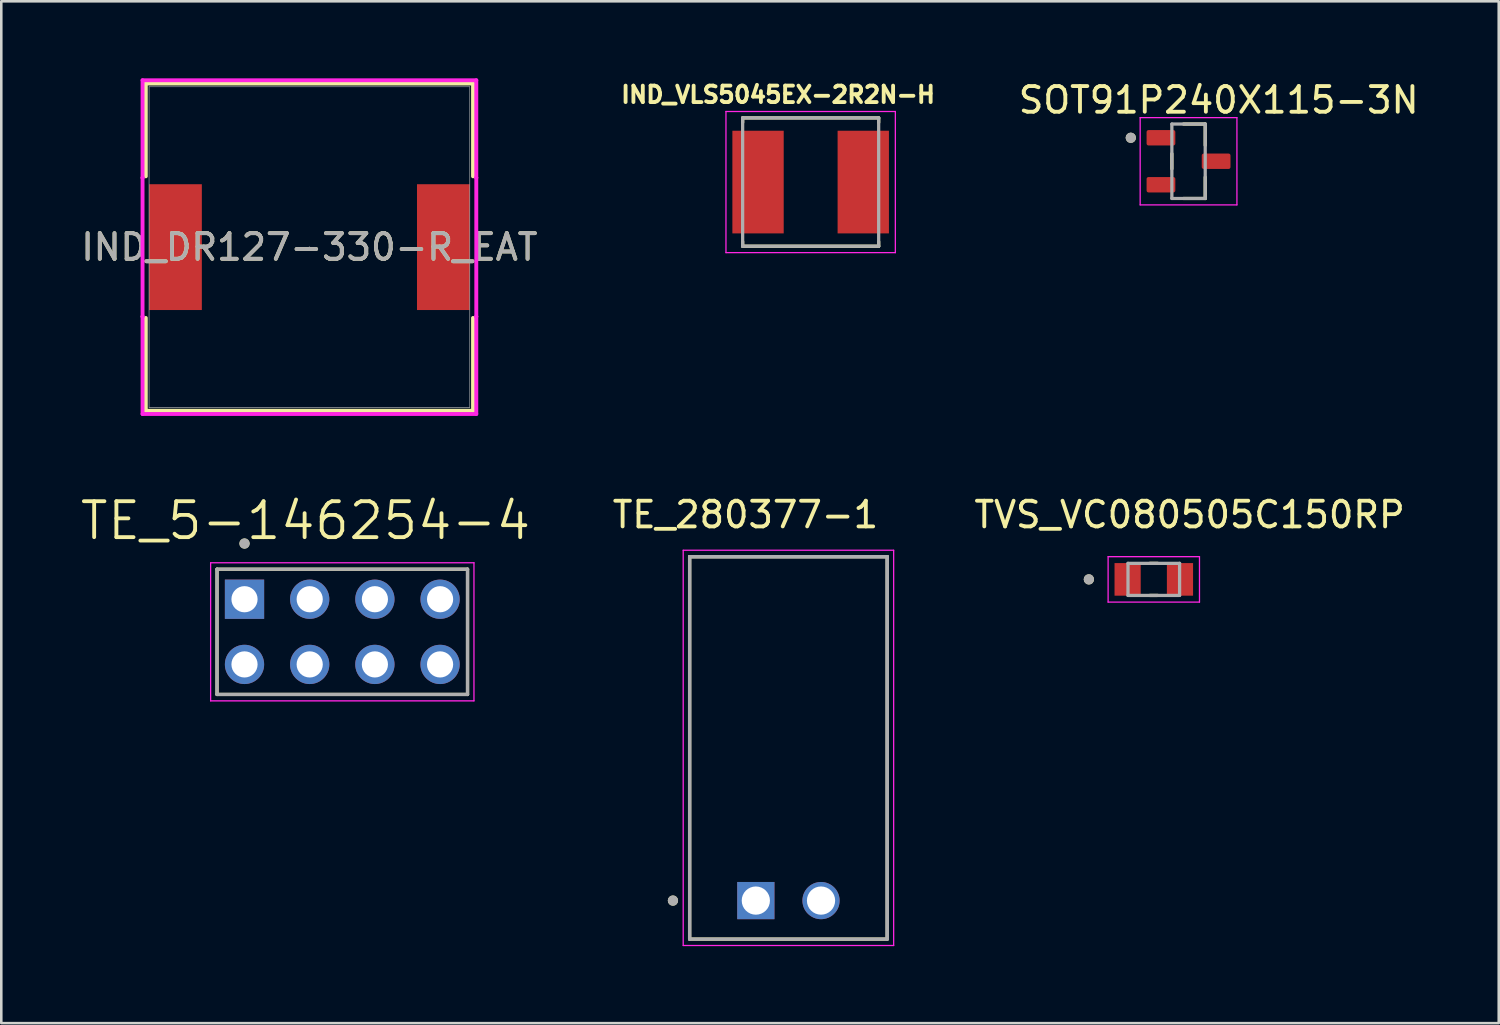
<source format=kicad_pcb>
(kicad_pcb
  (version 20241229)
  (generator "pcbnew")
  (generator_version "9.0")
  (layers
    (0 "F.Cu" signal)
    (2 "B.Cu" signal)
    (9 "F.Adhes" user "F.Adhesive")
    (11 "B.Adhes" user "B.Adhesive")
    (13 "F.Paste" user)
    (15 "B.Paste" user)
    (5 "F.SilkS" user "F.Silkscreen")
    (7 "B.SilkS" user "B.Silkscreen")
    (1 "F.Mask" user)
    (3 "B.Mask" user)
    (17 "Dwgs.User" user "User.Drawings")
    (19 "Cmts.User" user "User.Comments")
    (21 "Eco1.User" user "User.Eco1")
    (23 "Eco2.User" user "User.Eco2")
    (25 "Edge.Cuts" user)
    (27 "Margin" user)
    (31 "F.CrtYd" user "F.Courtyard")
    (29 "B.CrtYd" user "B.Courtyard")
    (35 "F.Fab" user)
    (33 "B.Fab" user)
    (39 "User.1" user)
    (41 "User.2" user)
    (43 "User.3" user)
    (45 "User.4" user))
  (footprint "TVS_VC080505C150RP"
    (layer "F.Cu")
    (at 41.906 19.525)
    (property "Reference" "TVS_VC080505C150RP" (at 1.395 -2.52 0) (layer "F.SilkS") (effects (font (size 1 1) (thickness 0.15))))
    (attr smd)
    (fp_line (start -0.15 -0.625) (end 0.15 -0.625) (stroke (width 0.127) (type solid)) (layer "F.SilkS"))
    (fp_line (start -0.15 0.625) (end 0.15 0.625) (stroke (width 0.127) (type solid)) (layer "F.SilkS"))
    (fp_circle (center -2.53 0) (end -2.43 0) (stroke (width 0.2) (type solid)) (fill no) (layer "F.SilkS"))
    (fp_line (start -1.78 -0.885) (end -1.78 0.885) (stroke (width 0.05) (type solid)) (layer "F.CrtYd"))
    (fp_line (start -1.78 0.885) (end 1.78 0.885) (stroke (width 0.05) (type solid)) (layer "F.CrtYd"))
    (fp_line (start 1.78 -0.885) (end -1.78 -0.885) (stroke (width 0.05) (type solid)) (layer "F.CrtYd"))
    (fp_line (start 1.78 0.885) (end 1.78 -0.885) (stroke (width 0.05) (type solid)) (layer "F.CrtYd"))
    (fp_line (start -1.005 -0.625) (end 1.005 -0.625) (stroke (width 0.127) (type solid)) (layer "F.Fab"))
    (fp_line (start -1.005 0.625) (end -1.005 -0.625) (stroke (width 0.127) (type solid)) (layer "F.Fab"))
    (fp_line (start 1.005 -0.625) (end 1.005 0.625) (stroke (width 0.127) (type solid)) (layer "F.Fab"))
    (fp_line (start 1.005 0.625) (end -1.005 0.625) (stroke (width 0.127) (type solid)) (layer "F.Fab"))
    (fp_circle (center -2.53 0) (end -2.43 0) (stroke (width 0.2) (type solid)) (fill no) (layer "F.Fab"))
    (pad "1" smd rect (at -1.02 0) (size 1.02 1.27) (layers "F.Cu" "F.Mask" "F.Paste"))
    (pad "2" smd rect (at 1.02 0) (size 1.02 1.27) (layers "F.Cu" "F.Mask" "F.Paste")))
  (footprint "IND_DR127-330-R_EAT"
    (layer "F.Cu")
    (at 9.006 6.579)
    (property "Reference" "IND_DR127-330-R_EAT" (at 0 0 0) (unlocked yes) (layer "F.SilkS") (effects (font (size 1 1) (thickness 0.15))))
    (attr smd)
    (fp_line (start -6.375 -6.375) (end -6.375 -2.759) (stroke (width 0.152) (type solid)) (layer "F.SilkS"))
    (fp_line (start -6.375 2.759) (end -6.375 6.375) (stroke (width 0.152) (type solid)) (layer "F.SilkS"))
    (fp_line (start -6.375 6.375) (end 6.375 6.375) (stroke (width 0.152) (type solid)) (layer "F.SilkS"))
    (fp_line (start 6.375 -6.375) (end -6.375 -6.375) (stroke (width 0.152) (type solid)) (layer "F.SilkS"))
    (fp_line (start 6.375 -2.759) (end 6.375 -6.375) (stroke (width 0.152) (type solid)) (layer "F.SilkS"))
    (fp_line (start 6.375 6.375) (end 6.375 2.759) (stroke (width 0.152) (type solid)) (layer "F.SilkS"))
    (fp_line (start -6.502 -6.502) (end 6.502 -6.502) (stroke (width 0.152) (type solid)) (layer "F.CrtYd"))
    (fp_line (start -6.502 -2.705) (end -6.502 -6.502) (stroke (width 0.152) (type solid)) (layer "F.CrtYd"))
    (fp_line (start -6.502 -2.705) (end -6.502 -2.705) (stroke (width 0.152) (type solid)) (layer "F.CrtYd"))
    (fp_line (start -6.502 2.705) (end -6.502 -2.705) (stroke (width 0.152) (type solid)) (layer "F.CrtYd"))
    (fp_line (start -6.502 2.705) (end -6.502 2.705) (stroke (width 0.152) (type solid)) (layer "F.CrtYd"))
    (fp_line (start -6.502 6.502) (end -6.502 2.705) (stroke (width 0.152) (type solid)) (layer "F.CrtYd"))
    (fp_line (start 6.502 -6.502) (end 6.502 -2.705) (stroke (width 0.152) (type solid)) (layer "F.CrtYd"))
    (fp_line (start 6.502 -2.705) (end 6.502 -2.705) (stroke (width 0.152) (type solid)) (layer "F.CrtYd"))
    (fp_line (start 6.502 -2.705) (end 6.502 2.705) (stroke (width 0.152) (type solid)) (layer "F.CrtYd"))
    (fp_line (start 6.502 2.705) (end 6.502 2.705) (stroke (width 0.152) (type solid)) (layer "F.CrtYd"))
    (fp_line (start 6.502 2.705) (end 6.502 6.502) (stroke (width 0.152) (type solid)) (layer "F.CrtYd"))
    (fp_line (start 6.502 6.502) (end -6.502 6.502) (stroke (width 0.152) (type solid)) (layer "F.CrtYd"))
    (fp_line (start -6.248 -6.248) (end -6.248 6.248) (stroke (width 0.025) (type solid)) (layer "F.Fab"))
    (fp_line (start -6.248 6.248) (end 6.248 6.248) (stroke (width 0.025) (type solid)) (layer "F.Fab"))
    (fp_line (start 6.248 -6.248) (end -6.248 -6.248) (stroke (width 0.025) (type solid)) (layer "F.Fab"))
    (fp_line (start 6.248 6.248) (end 6.248 -6.248) (stroke (width 0.025) (type solid)) (layer "F.Fab"))
    (fp_circle (center 0 0) (end 0 0) (stroke (width 0.025) (type solid)) (fill no) (layer "F.Fab"))
    (fp_text user "${REFERENCE}" (at 0 0 0) (unlocked yes) (layer "F.Fab") (effects (font (size 1 1) (thickness 0.15))))
    (pad "1" smd rect (at -5.22 0) (size 2.057 4.902) (layers "F.Cu" "F.Mask" "F.Paste"))
    (pad "2" smd rect (at 5.22 0) (size 2.057 4.902) (layers "F.Cu" "F.Mask" "F.Paste")))
  (footprint "SOT91P240X115-3N"
    (layer "F.Cu")
    (at 43.26 3.233)
    (property "Reference" "SOT91P240X115-3N" (at 1.175 -2.385 0) (layer "F.SilkS") (effects (font (size 1 1) (thickness 0.15))))
    (attr smd)
    (fp_line (start -0.65 0.295) (end -0.65 -0.295) (stroke (width 0.127) (type solid)) (layer "F.SilkS"))
    (fp_line (start -0.195 -1.45) (end 0.65 -1.45) (stroke (width 0.127) (type solid)) (layer "F.SilkS"))
    (fp_line (start 0.65 -1.45) (end 0.65 -0.62) (stroke (width 0.127) (type solid)) (layer "F.SilkS"))
    (fp_line (start 0.65 1.45) (end -0.195 1.45) (stroke (width 0.127) (type solid)) (layer "F.SilkS"))
    (fp_line (start 0.65 1.45) (end 0.65 0.62) (stroke (width 0.127) (type solid)) (layer "F.SilkS"))
    (fp_circle (center -2.25 -0.915) (end -2.15 -0.915) (stroke (width 0.2) (type solid)) (fill no) (layer "F.SilkS"))
    (fp_line (start -1.885 -1.7) (end -1.885 1.7) (stroke (width 0.05) (type solid)) (layer "F.CrtYd"))
    (fp_line (start -1.885 1.7) (end 1.885 1.7) (stroke (width 0.05) (type solid)) (layer "F.CrtYd"))
    (fp_line (start 1.885 -1.7) (end -1.885 -1.7) (stroke (width 0.05) (type solid)) (layer "F.CrtYd"))
    (fp_line (start 1.885 1.7) (end 1.885 -1.7) (stroke (width 0.05) (type solid)) (layer "F.CrtYd"))
    (fp_line (start -0.65 -1.45) (end 0.65 -1.45) (stroke (width 0.127) (type solid)) (layer "F.Fab"))
    (fp_line (start -0.65 1.45) (end -0.65 -1.45) (stroke (width 0.127) (type solid)) (layer "F.Fab"))
    (fp_line (start 0.65 -1.45) (end 0.65 1.45) (stroke (width 0.127) (type solid)) (layer "F.Fab"))
    (fp_line (start 0.65 1.45) (end -0.65 1.45) (stroke (width 0.127) (type solid)) (layer "F.Fab"))
    (fp_circle (center -2.25 -0.915) (end -2.15 -0.915) (stroke (width 0.2) (type solid)) (fill no) (layer "F.Fab"))
    (pad "1" smd roundrect (at -1.075 -0.915) (size 1.12 0.6) (layers "F.Cu" "F.Mask" "F.Paste") (roundrect_rratio 0.125))
    (pad "2" smd roundrect (at -1.075 0.915) (size 1.12 0.6) (layers "F.Cu" "F.Mask" "F.Paste") (roundrect_rratio 0.125))
    (pad "3" smd roundrect (at 1.075 0) (size 1.12 0.6) (layers "F.Cu" "F.Mask" "F.Paste") (roundrect_rratio 0.125)))
  (footprint "TE_280377-1"
    (layer "F.Cu")
    (at 26.4 32.04)
    (property "Reference" "TE_280377-1" (at -0.405 -15.035 0) (layer "F.SilkS") (effects (font (size 1 1) (thickness 0.15))))
    (attr through_hole)
    (fp_line (start -2.58 1.5) (end -2.58 -13.4) (stroke (width 0.127) (type solid)) (layer "F.SilkS"))
    (fp_line (start 5.12 -13.4) (end -2.58 -13.4) (stroke (width 0.127) (type solid)) (layer "F.SilkS"))
    (fp_line (start 5.12 -13.4) (end 5.12 1.5) (stroke (width 0.127) (type solid)) (layer "F.SilkS"))
    (fp_line (start 5.12 1.5) (end -2.58 1.5) (stroke (width 0.127) (type solid)) (layer "F.SilkS"))
    (fp_circle (center -3.23 0) (end -3.13 0) (stroke (width 0.2) (type solid)) (fill no) (layer "F.SilkS"))
    (fp_line (start -2.83 -13.65) (end 5.37 -13.65) (stroke (width 0.05) (type solid)) (layer "F.CrtYd"))
    (fp_line (start -2.83 1.75) (end -2.83 -13.65) (stroke (width 0.05) (type solid)) (layer "F.CrtYd"))
    (fp_line (start 5.37 -13.65) (end 5.37 1.75) (stroke (width 0.05) (type solid)) (layer "F.CrtYd"))
    (fp_line (start 5.37 1.75) (end -2.83 1.75) (stroke (width 0.05) (type solid)) (layer "F.CrtYd"))
    (fp_line (start -2.58 -13.4) (end 5.12 -13.4) (stroke (width 0.127) (type solid)) (layer "F.Fab"))
    (fp_line (start -2.58 -13.4) (end 5.12 -13.4) (stroke (width 0.127) (type solid)) (layer "F.Fab"))
    (fp_line (start -2.58 1.5) (end -2.58 -13.4) (stroke (width 0.127) (type solid)) (layer "F.Fab"))
    (fp_line (start -2.58 1.5) (end -2.58 -13.4) (stroke (width 0.127) (type solid)) (layer "F.Fab"))
    (fp_line (start 5.12 -13.4) (end 5.12 1.5) (stroke (width 0.127) (type solid)) (layer "F.Fab"))
    (fp_line (start 5.12 -13.4) (end 5.12 1.5) (stroke (width 0.127) (type solid)) (layer "F.Fab"))
    (fp_line (start 5.12 1.5) (end -2.58 1.5) (stroke (width 0.127) (type solid)) (layer "F.Fab"))
    (fp_circle (center -3.23 0) (end -3.13 0) (stroke (width 0.2) (type solid)) (fill no) (layer "F.Fab"))
    (pad "1" thru_hole rect (at 0 0) (size 1.45 1.45) (drill 1.1) (layers "*.Cu" "*.Mask"))
    (pad "2" thru_hole circle (at 2.54 0) (size 1.45 1.45) (drill 1.1) (layers "*.Cu" "*.Mask")))
  (footprint "IND_VLS5045EX-2R2N-H"
    (layer "F.Cu")
    (at 28.536 4.044)
    (property "Reference" "IND_VLS5045EX-2R2N-H" (at -1.268 -3.406 0) (layer "F.SilkS") (effects (font (size 0.64 0.64) (thickness 0.15))))
    (attr smd)
    (fp_line (start -2.65 -2.5) (end -2.65 -2.32) (stroke (width 0.127) (type solid)) (layer "F.SilkS"))
    (fp_line (start -2.65 -2.5) (end 2.65 -2.5) (stroke (width 0.127) (type solid)) (layer "F.SilkS"))
    (fp_line (start -2.65 2.5) (end -2.65 2.32) (stroke (width 0.127) (type solid)) (layer "F.SilkS"))
    (fp_line (start -2.65 2.5) (end 2.65 2.5) (stroke (width 0.127) (type solid)) (layer "F.SilkS"))
    (fp_line (start 2.65 -2.5) (end 2.65 -2.32) (stroke (width 0.127) (type solid)) (layer "F.SilkS"))
    (fp_line (start 2.65 2.5) (end 2.65 2.32) (stroke (width 0.127) (type solid)) (layer "F.SilkS"))
    (fp_line (start -3.3 -2.75) (end -3.3 2.75) (stroke (width 0.05) (type solid)) (layer "F.CrtYd"))
    (fp_line (start -3.3 2.75) (end 3.3 2.75) (stroke (width 0.05) (type solid)) (layer "F.CrtYd"))
    (fp_line (start 3.3 -2.75) (end -3.3 -2.75) (stroke (width 0.05) (type solid)) (layer "F.CrtYd"))
    (fp_line (start 3.3 2.75) (end 3.3 -2.75) (stroke (width 0.05) (type solid)) (layer "F.CrtYd"))
    (fp_line (start -2.65 -2.5) (end -2.65 2.5) (stroke (width 0.127) (type solid)) (layer "F.Fab"))
    (fp_line (start -2.65 -2.5) (end 2.65 -2.5) (stroke (width 0.127) (type solid)) (layer "F.Fab"))
    (fp_line (start -2.65 2.5) (end 2.65 2.5) (stroke (width 0.127) (type solid)) (layer "F.Fab"))
    (fp_line (start 2.65 -2.5) (end 2.65 2.5) (stroke (width 0.127) (type solid)) (layer "F.Fab"))
    (pad "1" smd rect (at -2.05 0) (size 2 4) (layers "F.Cu" "F.Mask" "F.Paste"))
    (pad "2" smd rect (at 2.05 0) (size 2 4) (layers "F.Cu" "F.Mask" "F.Paste")))
  (footprint "TE_5-146254-4"
    (layer "F.Cu")
    (at 10.287 21.568)
    (property "Reference" "TE_5-146254-4" (at -1.435 -4.329 0) (layer "F.SilkS") (effects (font (size 1.4 1.4) (thickness 0.15))))
    (attr through_hole)
    (fp_line (start -4.88 -2.44) (end 4.88 -2.44) (stroke (width 0.127) (type solid)) (layer "F.SilkS"))
    (fp_line (start -4.88 2.44) (end -4.88 -2.44) (stroke (width 0.127) (type solid)) (layer "F.SilkS"))
    (fp_line (start 4.88 -2.44) (end 4.88 2.44) (stroke (width 0.127) (type solid)) (layer "F.SilkS"))
    (fp_line (start 4.88 2.44) (end -4.88 2.44) (stroke (width 0.127) (type solid)) (layer "F.SilkS"))
    (fp_circle (center -3.81 -3.44) (end -3.71 -3.44) (stroke (width 0.2) (type solid)) (fill no) (layer "F.SilkS"))
    (fp_line (start -5.13 -2.69) (end 5.13 -2.69) (stroke (width 0.05) (type solid)) (layer "F.CrtYd"))
    (fp_line (start -5.13 2.69) (end -5.13 -2.69) (stroke (width 0.05) (type solid)) (layer "F.CrtYd"))
    (fp_line (start 5.13 -2.69) (end 5.13 2.69) (stroke (width 0.05) (type solid)) (layer "F.CrtYd"))
    (fp_line (start 5.13 2.69) (end -5.13 2.69) (stroke (width 0.05) (type solid)) (layer "F.CrtYd"))
    (fp_line (start -4.88 -2.44) (end 4.88 -2.44) (stroke (width 0.127) (type solid)) (layer "F.Fab"))
    (fp_line (start -4.88 2.44) (end -4.88 -2.44) (stroke (width 0.127) (type solid)) (layer "F.Fab"))
    (fp_line (start 4.88 -2.44) (end 4.88 2.44) (stroke (width 0.127) (type solid)) (layer "F.Fab"))
    (fp_line (start 4.88 2.44) (end -4.88 2.44) (stroke (width 0.127) (type solid)) (layer "F.Fab"))
    (fp_circle (center -3.81 -3.44) (end -3.71 -3.44) (stroke (width 0.2) (type solid)) (fill no) (layer "F.Fab"))
    (pad "1" thru_hole rect (at -3.81 -1.27) (size 1.53 1.53) (drill 1.02) (layers "*.Cu" "*.Mask"))
    (pad "2" thru_hole circle (at -1.27 -1.27) (size 1.53 1.53) (drill 1.02) (layers "*.Cu" "*.Mask"))
    (pad "3" thru_hole circle (at 1.27 -1.27) (size 1.53 1.53) (drill 1.02) (layers "*.Cu" "*.Mask"))
    (pad "4" thru_hole circle (at 3.81 -1.27) (size 1.53 1.53) (drill 1.02) (layers "*.Cu" "*.Mask"))
    (pad "5" thru_hole circle (at -3.81 1.27) (size 1.53 1.53) (drill 1.02) (layers "*.Cu" "*.Mask"))
    (pad "6" thru_hole circle (at -1.27 1.27) (size 1.53 1.53) (drill 1.02) (layers "*.Cu" "*.Mask"))
    (pad "7" thru_hole circle (at 1.27 1.27) (size 1.53 1.53) (drill 1.02) (layers "*.Cu" "*.Mask"))
    (pad "8" thru_hole circle (at 3.81 1.27) (size 1.53 1.53) (drill 1.02) (layers "*.Cu" "*.Mask")))
  (gr_rect
    (start -3 -3)
    (end 55.346 36.815)
    (stroke (width 0.1) (type default))
    (fill no)
    (layer "Edge.Cuts")))
</source>
